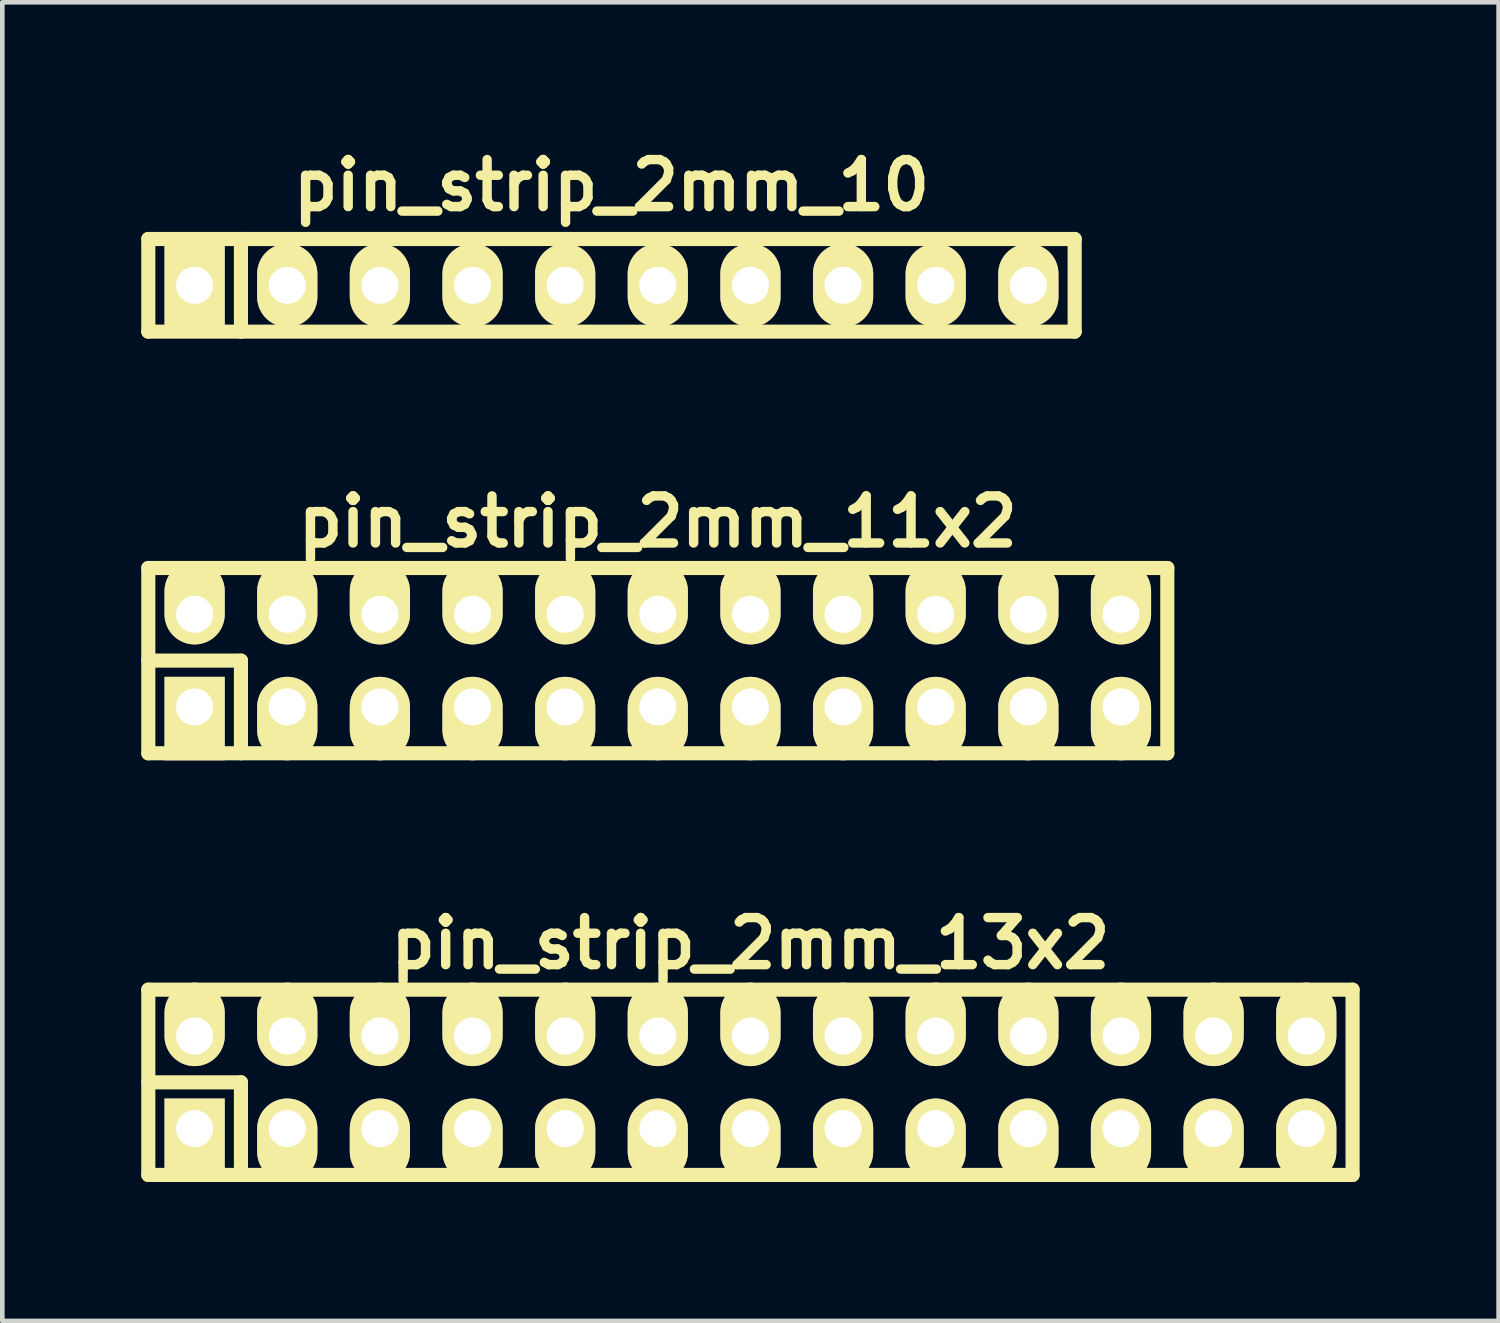
<source format=kicad_pcb>
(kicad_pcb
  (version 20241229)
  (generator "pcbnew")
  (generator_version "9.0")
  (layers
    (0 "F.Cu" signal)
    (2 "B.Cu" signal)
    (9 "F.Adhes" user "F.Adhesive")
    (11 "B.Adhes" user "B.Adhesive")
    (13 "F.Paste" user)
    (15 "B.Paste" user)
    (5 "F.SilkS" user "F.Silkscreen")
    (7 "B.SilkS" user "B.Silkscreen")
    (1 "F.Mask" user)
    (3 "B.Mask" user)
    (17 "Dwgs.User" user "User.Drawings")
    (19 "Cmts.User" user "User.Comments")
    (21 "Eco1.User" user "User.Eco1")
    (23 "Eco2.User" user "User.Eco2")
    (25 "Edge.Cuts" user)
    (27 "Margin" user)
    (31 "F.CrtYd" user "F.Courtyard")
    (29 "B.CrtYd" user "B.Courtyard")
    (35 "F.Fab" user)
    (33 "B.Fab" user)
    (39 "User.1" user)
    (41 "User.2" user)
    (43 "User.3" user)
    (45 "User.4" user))
  (footprint "pin_strip_2mm_11x2"
    (layer "F.Cu")
    (at 11.152 11.213)
    (property "Reference" "pin_strip_2mm_11x2" (at 0 -3 0) (layer "F.SilkS") (effects (font (size 1.016 1.016) (thickness 0.203))))
    (attr through_hole)
    (fp_line (start -11 -2) (end 11 -2) (stroke (width 0.305) (type solid)) (layer "F.SilkS"))
    (fp_line (start -11 0) (end -9 0) (stroke (width 0.305) (type solid)) (layer "F.SilkS"))
    (fp_line (start -11 2) (end -11 -2) (stroke (width 0.305) (type solid)) (layer "F.SilkS"))
    (fp_line (start -9 0) (end -9 2) (stroke (width 0.305) (type solid)) (layer "F.SilkS"))
    (fp_line (start 11 -2) (end 11 2) (stroke (width 0.305) (type solid)) (layer "F.SilkS"))
    (fp_line (start 11 2) (end -11 2) (stroke (width 0.305) (type solid)) (layer "F.SilkS"))
    (pad "1" thru_hole rect (at -10 1) (size 1.3 1.8) (drill 0.8 (offset 0 0.25)) (layers "*.Cu" "*.Mask" "F.SilkS"))
    (pad "2" thru_hole oval (at -10 -1) (size 1.3 1.8) (drill 0.8 (offset 0 -0.25)) (layers "*.Cu" "*.Mask" "F.SilkS"))
    (pad "3" thru_hole oval (at -8 1) (size 1.3 1.8) (drill 0.8 (offset 0 0.25)) (layers "*.Cu" "*.Mask" "F.SilkS"))
    (pad "4" thru_hole oval (at -8 -1) (size 1.3 1.8) (drill 0.8 (offset 0 -0.25)) (layers "*.Cu" "*.Mask" "F.SilkS"))
    (pad "5" thru_hole oval (at -6 1) (size 1.3 1.8) (drill 0.8 (offset 0 0.25)) (layers "*.Cu" "*.Mask" "F.SilkS"))
    (pad "6" thru_hole oval (at -6 -1) (size 1.3 1.8) (drill 0.8 (offset 0 -0.25)) (layers "*.Cu" "*.Mask" "F.SilkS"))
    (pad "7" thru_hole oval (at -4 1) (size 1.3 1.8) (drill 0.8 (offset 0 0.25)) (layers "*.Cu" "*.Mask" "F.SilkS"))
    (pad "8" thru_hole oval (at -4 -1) (size 1.3 1.8) (drill 0.8 (offset 0 -0.25)) (layers "*.Cu" "*.Mask" "F.SilkS"))
    (pad "9" thru_hole oval (at -2 1) (size 1.3 1.8) (drill 0.8 (offset 0 0.25)) (layers "*.Cu" "*.Mask" "F.SilkS"))
    (pad "10" thru_hole oval (at -2 -1) (size 1.3 1.8) (drill 0.8 (offset 0 -0.25)) (layers "*.Cu" "*.Mask" "F.SilkS"))
    (pad "11" thru_hole oval (at 0 1) (size 1.3 1.8) (drill 0.8 (offset 0 0.25)) (layers "*.Cu" "*.Mask" "F.SilkS"))
    (pad "12" thru_hole oval (at 0 -1) (size 1.3 1.8) (drill 0.8 (offset 0 -0.25)) (layers "*.Cu" "*.Mask" "F.SilkS"))
    (pad "13" thru_hole oval (at 2 1) (size 1.3 1.8) (drill 0.8 (offset 0 0.25)) (layers "*.Cu" "*.Mask" "F.SilkS"))
    (pad "14" thru_hole oval (at 2 -1) (size 1.3 1.8) (drill 0.8 (offset 0 -0.25)) (layers "*.Cu" "*.Mask" "F.SilkS"))
    (pad "15" thru_hole oval (at 4 1) (size 1.3 1.8) (drill 0.8 (offset 0 0.25)) (layers "*.Cu" "*.Mask" "F.SilkS"))
    (pad "16" thru_hole oval (at 4 -1) (size 1.3 1.8) (drill 0.8 (offset 0 -0.25)) (layers "*.Cu" "*.Mask" "F.SilkS"))
    (pad "17" thru_hole oval (at 6 1) (size 1.3 1.8) (drill 0.8 (offset 0 0.25)) (layers "*.Cu" "*.Mask" "F.SilkS"))
    (pad "18" thru_hole oval (at 6 -1) (size 1.3 1.8) (drill 0.8 (offset 0 -0.25)) (layers "*.Cu" "*.Mask" "F.SilkS"))
    (pad "19" thru_hole oval (at 8 1) (size 1.3 1.8) (drill 0.8 (offset 0 0.25)) (layers "*.Cu" "*.Mask" "F.SilkS"))
    (pad "20" thru_hole oval (at 8 -1) (size 1.3 1.8) (drill 0.8 (offset 0 -0.25)) (layers "*.Cu" "*.Mask" "F.SilkS"))
    (pad "21" thru_hole oval (at 10 1) (size 1.3 1.8) (drill 0.8 (offset 0 0.25)) (layers "*.Cu" "*.Mask" "F.SilkS"))
    (pad "22" thru_hole oval (at 10 -1) (size 1.3 1.8) (drill 0.8 (offset 0 -0.25)) (layers "*.Cu" "*.Mask" "F.SilkS")))
  (footprint "pin_strip_2mm_10"
    (layer "F.Cu")
    (at 10.152 3.11)
    (property "Reference" "pin_strip_2mm_10" (at 0 -2.159 0) (layer "F.SilkS") (effects (font (size 1.016 1.016) (thickness 0.203))))
    (attr through_hole)
    (fp_line (start -10 -1) (end 10 -1) (stroke (width 0.305) (type solid)) (layer "F.SilkS"))
    (fp_line (start -10 1) (end -10 -1) (stroke (width 0.305) (type solid)) (layer "F.SilkS"))
    (fp_line (start -8 -1) (end -8 1) (stroke (width 0.305) (type solid)) (layer "F.SilkS"))
    (fp_line (start 10 -1) (end 10 1) (stroke (width 0.305) (type solid)) (layer "F.SilkS"))
    (fp_line (start 10 1) (end -10 1) (stroke (width 0.305) (type solid)) (layer "F.SilkS"))
    (pad "1" thru_hole rect (at -9 0) (size 1.3 1.8) (drill 0.8) (layers "*.Cu" "*.Mask" "F.SilkS"))
    (pad "2" thru_hole oval (at -7 0) (size 1.3 1.8) (drill 0.8) (layers "*.Cu" "*.Mask" "F.SilkS"))
    (pad "3" thru_hole oval (at -5 0) (size 1.3 1.8) (drill 0.8) (layers "*.Cu" "*.Mask" "F.SilkS"))
    (pad "4" thru_hole oval (at -3 0) (size 1.3 1.8) (drill 0.8) (layers "*.Cu" "*.Mask" "F.SilkS"))
    (pad "5" thru_hole oval (at -1 0) (size 1.3 1.8) (drill 0.8) (layers "*.Cu" "*.Mask" "F.SilkS"))
    (pad "6" thru_hole oval (at 1 0) (size 1.3 1.8) (drill 0.8) (layers "*.Cu" "*.Mask" "F.SilkS"))
    (pad "7" thru_hole oval (at 3 0) (size 1.3 1.8) (drill 0.8) (layers "*.Cu" "*.Mask" "F.SilkS"))
    (pad "8" thru_hole oval (at 5 0) (size 1.3 1.8) (drill 0.8) (layers "*.Cu" "*.Mask" "F.SilkS"))
    (pad "9" thru_hole oval (at 7 0) (size 1.3 1.8) (drill 0.8) (layers "*.Cu" "*.Mask" "F.SilkS"))
    (pad "10" thru_hole oval (at 9 0) (size 1.3 1.8) (drill 0.8) (layers "*.Cu" "*.Mask" "F.SilkS")))
  (footprint "pin_strip_2mm_13x2"
    (layer "F.Cu")
    (at 13.152 20.317)
    (property "Reference" "pin_strip_2mm_13x2" (at 0 -3 0) (layer "F.SilkS") (effects (font (size 1.016 1.016) (thickness 0.203))))
    (attr through_hole)
    (fp_line (start -13 -2) (end 13 -2) (stroke (width 0.305) (type solid)) (layer "F.SilkS"))
    (fp_line (start -13 0) (end -11 0) (stroke (width 0.305) (type solid)) (layer "F.SilkS"))
    (fp_line (start -13 2) (end -13 -2) (stroke (width 0.305) (type solid)) (layer "F.SilkS"))
    (fp_line (start -11 0) (end -11 2) (stroke (width 0.305) (type solid)) (layer "F.SilkS"))
    (fp_line (start 13 -2) (end 13 2) (stroke (width 0.305) (type solid)) (layer "F.SilkS"))
    (fp_line (start 13 2) (end -13 2) (stroke (width 0.305) (type solid)) (layer "F.SilkS"))
    (pad "1" thru_hole rect (at -12 1) (size 1.3 1.8) (drill 0.8 (offset 0 0.25)) (layers "*.Cu" "*.Mask" "F.SilkS"))
    (pad "2" thru_hole oval (at -12 -1) (size 1.3 1.8) (drill 0.8 (offset 0 -0.25)) (layers "*.Cu" "*.Mask" "F.SilkS"))
    (pad "3" thru_hole oval (at -10 1) (size 1.3 1.8) (drill 0.8 (offset 0 0.25)) (layers "*.Cu" "*.Mask" "F.SilkS"))
    (pad "4" thru_hole oval (at -10 -1) (size 1.3 1.8) (drill 0.8 (offset 0 -0.25)) (layers "*.Cu" "*.Mask" "F.SilkS"))
    (pad "5" thru_hole oval (at -8 1) (size 1.3 1.8) (drill 0.8 (offset 0 0.25)) (layers "*.Cu" "*.Mask" "F.SilkS"))
    (pad "6" thru_hole oval (at -8 -1) (size 1.3 1.8) (drill 0.8 (offset 0 -0.25)) (layers "*.Cu" "*.Mask" "F.SilkS"))
    (pad "7" thru_hole oval (at -6 1) (size 1.3 1.8) (drill 0.8 (offset 0 0.25)) (layers "*.Cu" "*.Mask" "F.SilkS"))
    (pad "8" thru_hole oval (at -6 -1) (size 1.3 1.8) (drill 0.8 (offset 0 -0.25)) (layers "*.Cu" "*.Mask" "F.SilkS"))
    (pad "9" thru_hole oval (at -4 1) (size 1.3 1.8) (drill 0.8 (offset 0 0.25)) (layers "*.Cu" "*.Mask" "F.SilkS"))
    (pad "10" thru_hole oval (at -4 -1) (size 1.3 1.8) (drill 0.8 (offset 0 -0.25)) (layers "*.Cu" "*.Mask" "F.SilkS"))
    (pad "11" thru_hole oval (at -2 1) (size 1.3 1.8) (drill 0.8 (offset 0 0.25)) (layers "*.Cu" "*.Mask" "F.SilkS"))
    (pad "12" thru_hole oval (at -2 -1) (size 1.3 1.8) (drill 0.8 (offset 0 -0.25)) (layers "*.Cu" "*.Mask" "F.SilkS"))
    (pad "13" thru_hole oval (at 0 1) (size 1.3 1.8) (drill 0.8 (offset 0 0.25)) (layers "*.Cu" "*.Mask" "F.SilkS"))
    (pad "14" thru_hole oval (at 0 -1) (size 1.3 1.8) (drill 0.8 (offset 0 -0.25)) (layers "*.Cu" "*.Mask" "F.SilkS"))
    (pad "15" thru_hole oval (at 2 1) (size 1.3 1.8) (drill 0.8 (offset 0 0.25)) (layers "*.Cu" "*.Mask" "F.SilkS"))
    (pad "16" thru_hole oval (at 2 -1) (size 1.3 1.8) (drill 0.8 (offset 0 -0.25)) (layers "*.Cu" "*.Mask" "F.SilkS"))
    (pad "17" thru_hole oval (at 4 1) (size 1.3 1.8) (drill 0.8 (offset 0 0.25)) (layers "*.Cu" "*.Mask" "F.SilkS"))
    (pad "18" thru_hole oval (at 4 -1) (size 1.3 1.8) (drill 0.8 (offset 0 -0.25)) (layers "*.Cu" "*.Mask" "F.SilkS"))
    (pad "19" thru_hole oval (at 6 1) (size 1.3 1.8) (drill 0.8 (offset 0 0.25)) (layers "*.Cu" "*.Mask" "F.SilkS"))
    (pad "20" thru_hole oval (at 6 -1) (size 1.3 1.8) (drill 0.8 (offset 0 -0.25)) (layers "*.Cu" "*.Mask" "F.SilkS"))
    (pad "21" thru_hole oval (at 8 1) (size 1.3 1.8) (drill 0.8 (offset 0 0.25)) (layers "*.Cu" "*.Mask" "F.SilkS"))
    (pad "22" thru_hole oval (at 8 -1) (size 1.3 1.8) (drill 0.8 (offset 0 -0.25)) (layers "*.Cu" "*.Mask" "F.SilkS"))
    (pad "23" thru_hole oval (at 10 1) (size 1.3 1.8) (drill 0.8 (offset 0 0.25)) (layers "*.Cu" "*.Mask" "F.SilkS"))
    (pad "24" thru_hole oval (at 10 -1) (size 1.3 1.8) (drill 0.8 (offset 0 -0.25)) (layers "*.Cu" "*.Mask" "F.SilkS"))
    (pad "25" thru_hole oval (at 12 1) (size 1.3 1.8) (drill 0.8 (offset 0 0.25)) (layers "*.Cu" "*.Mask" "F.SilkS"))
    (pad "26" thru_hole oval (at 12 -1) (size 1.3 1.8) (drill 0.8 (offset 0 -0.25)) (layers "*.Cu" "*.Mask" "F.SilkS")))
  (gr_rect
    (start -3 -3)
    (end 29.305 25.469)
    (stroke (width 0.1) (type default))
    (fill no)
    (layer "Edge.Cuts")))
</source>
